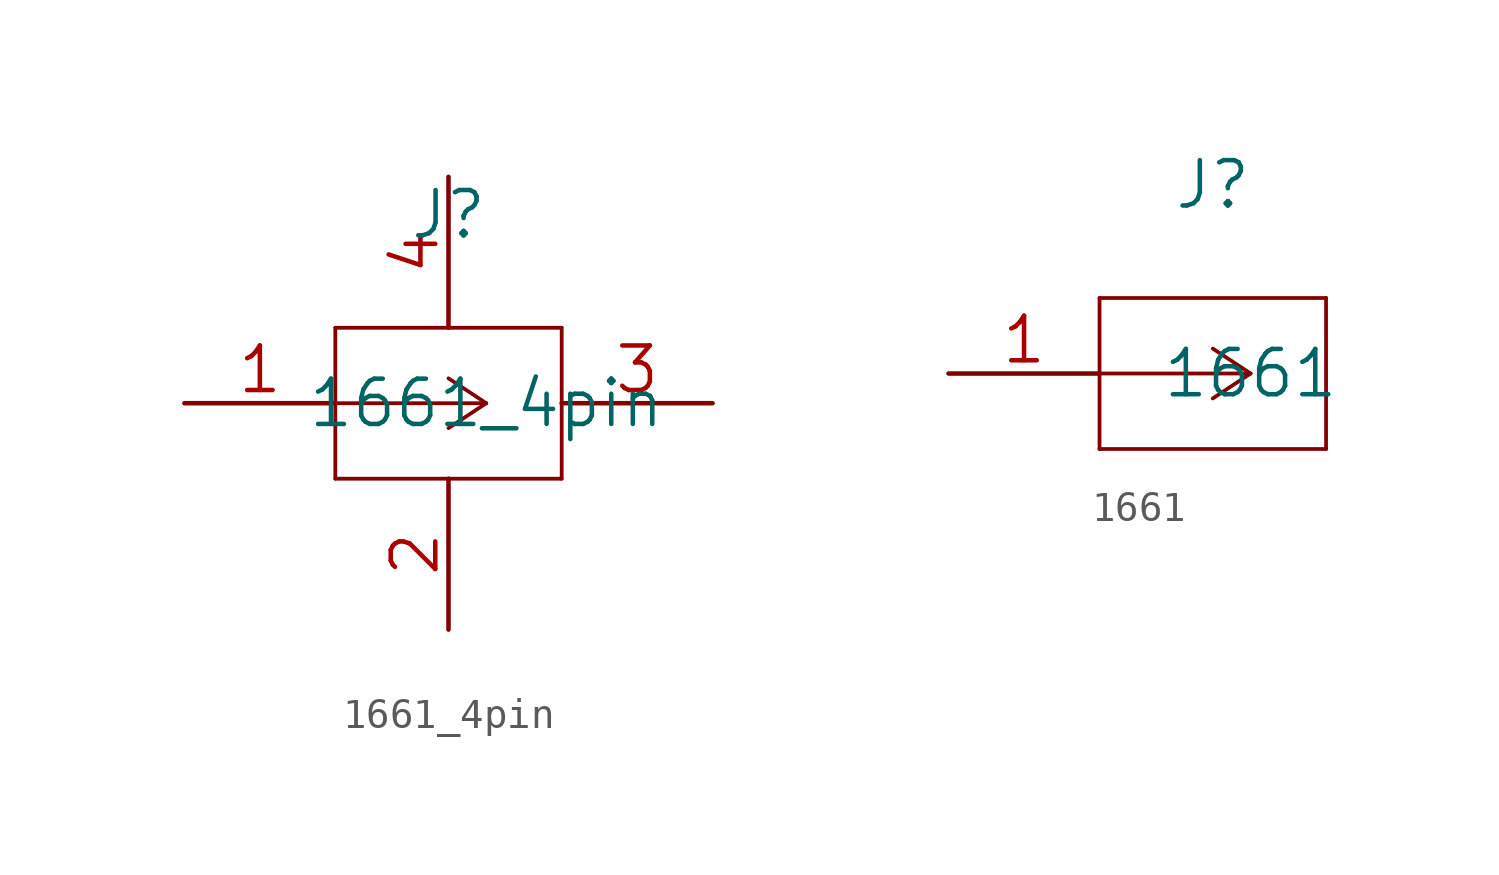
<source format=kicad_sym>
(kicad_symbol_lib
  (version 20211014)
  (generator kicad_symbol_editor)
  (symbol "1661_4pin"
    (pin_names
      (offset 0.254) hide)
    (property "Reference" "J"
      (at 8.89 6.35 0)
      (effects (font (size 1.524 1.524))))
    (property "Value" "1661_4pin"
      (at 10.16 0 0)
      (effects (font (size 1.524 1.524))))
    (property "Datasheet" ""
      (at 0 0 0)
      (effects (font (size 1.524 1.524))))
    (property "ki_locked" ""
      (at 0 0 0)
      (effects (font (size 1.27 1.27))))
    (symbol "1661_4pin_1_1"
      (polyline (pts (xy 5.08 -2.54) (xy 12.7 -2.54)) (stroke (width 0.127) (type default) (color 0 0 0 0)) (fill (type none)))
      (polyline (pts (xy 5.08 2.54) (xy 5.08 -2.54)) (stroke (width 0.127) (type default) (color 0 0 0 0)) (fill (type none)))
      (polyline (pts (xy 10.16 0) (xy 5.08 0)) (stroke (width 0.127) (type default) (color 0 0 0 0)) (fill (type none)))
      (polyline (pts (xy 10.16 0) (xy 8.89 -0.838)) (stroke (width 0.127) (type default) (color 0 0 0 0)) (fill (type none)))
      (polyline (pts (xy 10.16 0) (xy 8.89 0.838)) (stroke (width 0.127) (type default) (color 0 0 0 0)) (fill (type none)))
      (polyline (pts (xy 12.7 -2.54) (xy 12.7 2.54)) (stroke (width 0.127) (type default) (color 0 0 0 0)) (fill (type none)))
      (polyline (pts (xy 12.7 2.54) (xy 5.08 2.54)) (stroke (width 0.127) (type default) (color 0 0 0 0)) (fill (type none)))
      (pin unspecified line (at 0 0 0) (length 5.08) (name "1" (effects (font (size 1.499 1.499)))) (number "1" (effects (font (size 1.499 1.499)))))
      (pin passive line (at 8.89 -7.62 90) (length 5.08) (name "GND" (effects (font (size 1.499 1.499)))) (number "2" (effects (font (size 1.499 1.499)))))
      (pin passive line (at 17.78 0 180) (length 5.08) (name "GND" (effects (font (size 1.499 1.499)))) (number "3" (effects (font (size 1.499 1.499)))))
      (pin passive line (at 8.89 7.62 270) (length 5.08) (name "GND" (effects (font (size 1.499 1.499)))) (number "4" (effects (font (size 1.499 1.499)))))))
  (symbol "1661"
    (pin_names
      (offset 0.254) hide)
    (property "Reference" "J"
      (at 8.89 6.35 0)
      (effects (font (size 1.524 1.524))))
    (property "Value" "1661"
      (at 10.16 0 0)
      (effects (font (size 1.524 1.524))))
    (property "Datasheet" ""
      (at 0 0 0)
      (effects (font (size 1.524 1.524))))
    (property "ki_locked" ""
      (at 0 0 0)
      (effects (font (size 1.27 1.27))))
    (symbol "1661_1_1"
      (polyline (pts (xy 5.08 -2.54) (xy 12.7 -2.54)) (stroke (width 0.127) (type default) (color 0 0 0 0)) (fill (type none)))
      (polyline (pts (xy 5.08 2.54) (xy 5.08 -2.54)) (stroke (width 0.127) (type default) (color 0 0 0 0)) (fill (type none)))
      (polyline (pts (xy 10.16 0) (xy 5.08 0)) (stroke (width 0.127) (type default) (color 0 0 0 0)) (fill (type none)))
      (polyline (pts (xy 10.16 0) (xy 8.89 -0.838)) (stroke (width 0.127) (type default) (color 0 0 0 0)) (fill (type none)))
      (polyline (pts (xy 10.16 0) (xy 8.89 0.838)) (stroke (width 0.127) (type default) (color 0 0 0 0)) (fill (type none)))
      (polyline (pts (xy 12.7 -2.54) (xy 12.7 2.54)) (stroke (width 0.127) (type default) (color 0 0 0 0)) (fill (type none)))
      (polyline (pts (xy 12.7 2.54) (xy 5.08 2.54)) (stroke (width 0.127) (type default) (color 0 0 0 0)) (fill (type none)))
      (pin unspecified line (at 0 0 0) (length 5.08) (name "1" (effects (font (size 1.499 1.499)))) (number "1" (effects (font (size 1.499 1.499))))))))
</source>
